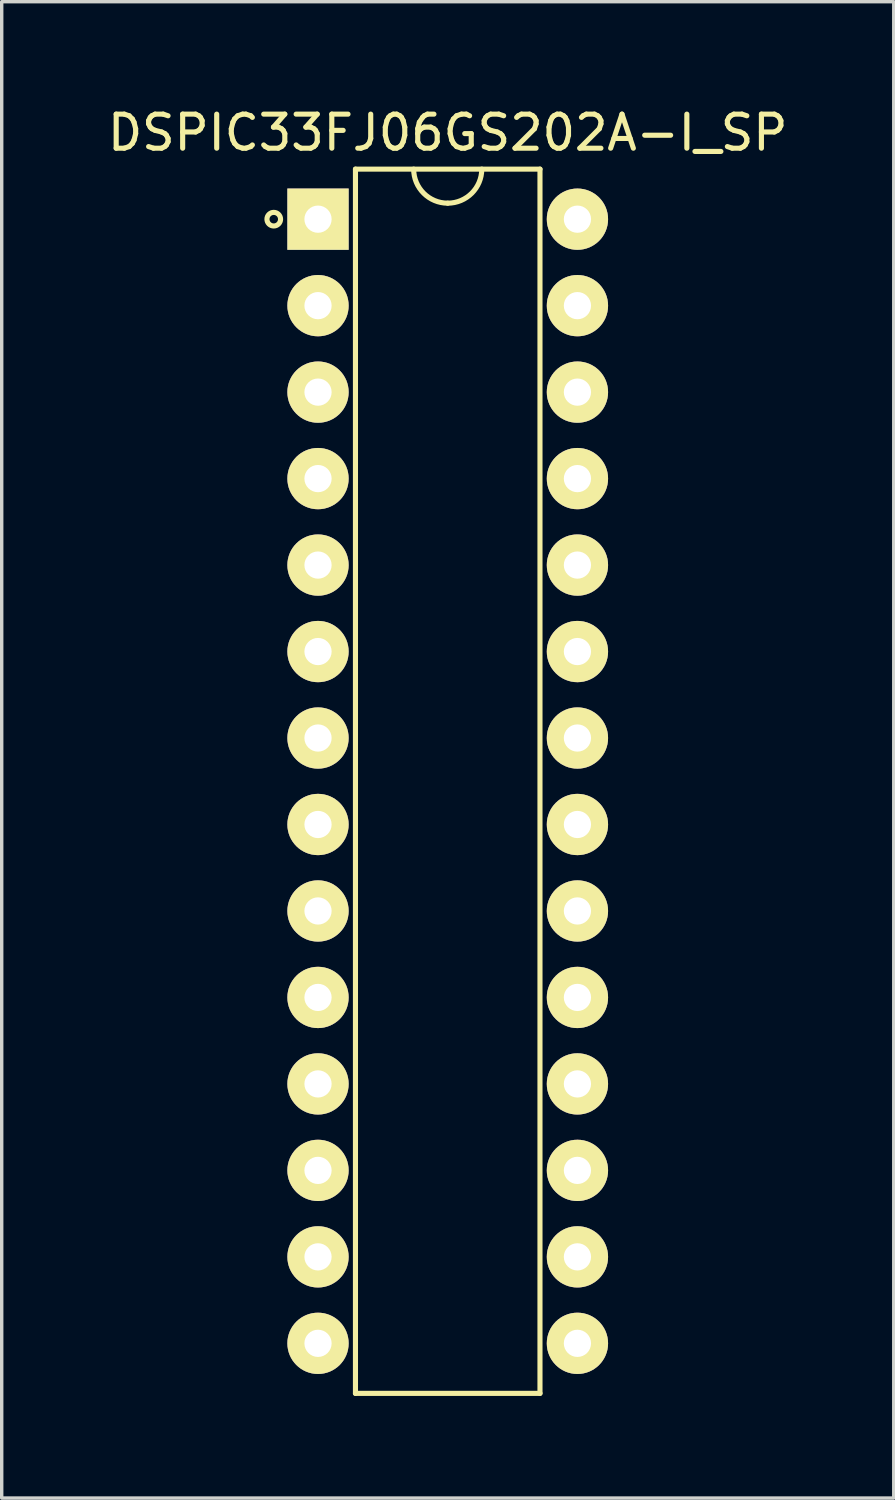
<source format=kicad_pcb>
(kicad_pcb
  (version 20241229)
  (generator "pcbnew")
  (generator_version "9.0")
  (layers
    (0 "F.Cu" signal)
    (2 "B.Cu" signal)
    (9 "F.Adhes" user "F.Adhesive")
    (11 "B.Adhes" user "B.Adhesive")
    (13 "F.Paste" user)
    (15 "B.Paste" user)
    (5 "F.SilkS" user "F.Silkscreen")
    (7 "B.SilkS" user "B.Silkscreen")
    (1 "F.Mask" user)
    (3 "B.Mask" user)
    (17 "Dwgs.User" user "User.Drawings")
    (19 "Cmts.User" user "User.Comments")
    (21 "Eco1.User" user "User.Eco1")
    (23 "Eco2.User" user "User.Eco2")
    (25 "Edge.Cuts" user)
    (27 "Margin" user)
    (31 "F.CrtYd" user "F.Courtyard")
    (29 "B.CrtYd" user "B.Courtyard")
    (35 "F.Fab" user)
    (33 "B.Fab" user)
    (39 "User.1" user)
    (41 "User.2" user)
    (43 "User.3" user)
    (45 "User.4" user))
  (footprint "DSPIC33FJ06GS202A-I_SP"
    (layer "F.Cu")
    (at 6.291 3.388)
    (property "Reference" "DSPIC33FJ06GS202A-I_SP" (at 3.81 -2.54 0) (layer "F.SilkS") (effects (font (size 1 1) (thickness 0.15))))
    (attr through_hole)
    (fp_line (start 1.1 -1.47) (end 6.52 -1.47) (stroke (width 0.15) (type solid)) (layer "F.SilkS"))
    (fp_line (start 1.1 34.49) (end 1.1 -1.47) (stroke (width 0.15) (type solid)) (layer "F.SilkS"))
    (fp_line (start 6.52 -1.47) (end 6.52 34.49) (stroke (width 0.15) (type solid)) (layer "F.SilkS"))
    (fp_line (start 6.52 34.49) (end 1.1 34.49) (stroke (width 0.15) (type solid)) (layer "F.SilkS"))
    (fp_arc (start 3.81 -0.47) (mid 3.102893 -0.762893) (end 2.81 -1.47) (stroke (width 0.15) (type solid)) (layer "F.SilkS"))
    (fp_arc (start 4.81 -1.47) (mid 4.517107 -0.762893) (end 3.81 -0.47) (stroke (width 0.15) (type solid)) (layer "F.SilkS"))
    (fp_circle (center -1.3 0) (end -1.3 0.2) (stroke (width 0.15) (type solid)) (fill no) (layer "F.SilkS"))
    (pad "1" thru_hole rect (at 0 0) (size 1.8 1.8) (drill 0.8) (layers "*.Cu" "*.Mask" "F.SilkS"))
    (pad "2" thru_hole circle (at 0 2.54) (size 1.8 1.8) (drill 0.8) (layers "*.Cu" "*.Mask" "F.SilkS"))
    (pad "3" thru_hole circle (at 0 5.08) (size 1.8 1.8) (drill 0.8) (layers "*.Cu" "*.Mask" "F.SilkS"))
    (pad "4" thru_hole circle (at 0 7.62) (size 1.8 1.8) (drill 0.8) (layers "*.Cu" "*.Mask" "F.SilkS"))
    (pad "5" thru_hole circle (at 0 10.16) (size 1.8 1.8) (drill 0.8) (layers "*.Cu" "*.Mask" "F.SilkS"))
    (pad "6" thru_hole circle (at 0 12.7) (size 1.8 1.8) (drill 0.8) (layers "*.Cu" "*.Mask" "F.SilkS"))
    (pad "7" thru_hole circle (at 0 15.24) (size 1.8 1.8) (drill 0.8) (layers "*.Cu" "*.Mask" "F.SilkS"))
    (pad "8" thru_hole circle (at 0 17.78) (size 1.8 1.8) (drill 0.8) (layers "*.Cu" "*.Mask" "F.SilkS"))
    (pad "9" thru_hole circle (at 0 20.32) (size 1.8 1.8) (drill 0.8) (layers "*.Cu" "*.Mask" "F.SilkS"))
    (pad "10" thru_hole circle (at 0 22.86) (size 1.8 1.8) (drill 0.8) (layers "*.Cu" "*.Mask" "F.SilkS"))
    (pad "11" thru_hole circle (at 0 25.4) (size 1.8 1.8) (drill 0.8) (layers "*.Cu" "*.Mask" "F.SilkS"))
    (pad "12" thru_hole circle (at 0 27.94) (size 1.8 1.8) (drill 0.8) (layers "*.Cu" "*.Mask" "F.SilkS"))
    (pad "13" thru_hole circle (at 0 30.48) (size 1.8 1.8) (drill 0.8) (layers "*.Cu" "*.Mask" "F.SilkS"))
    (pad "14" thru_hole circle (at 0 33.02) (size 1.8 1.8) (drill 0.8) (layers "*.Cu" "*.Mask" "F.SilkS"))
    (pad "15" thru_hole circle (at 7.62 33.02) (size 1.8 1.8) (drill 0.8) (layers "*.Cu" "*.Mask" "F.SilkS"))
    (pad "16" thru_hole circle (at 7.62 30.48) (size 1.8 1.8) (drill 0.8) (layers "*.Cu" "*.Mask" "F.SilkS"))
    (pad "17" thru_hole circle (at 7.62 27.94) (size 1.8 1.8) (drill 0.8) (layers "*.Cu" "*.Mask" "F.SilkS"))
    (pad "18" thru_hole circle (at 7.62 25.4) (size 1.8 1.8) (drill 0.8) (layers "*.Cu" "*.Mask" "F.SilkS"))
    (pad "19" thru_hole circle (at 7.62 22.86) (size 1.8 1.8) (drill 0.8) (layers "*.Cu" "*.Mask" "F.SilkS"))
    (pad "20" thru_hole circle (at 7.62 20.32) (size 1.8 1.8) (drill 0.8) (layers "*.Cu" "*.Mask" "F.SilkS"))
    (pad "21" thru_hole circle (at 7.62 17.78) (size 1.8 1.8) (drill 0.8) (layers "*.Cu" "*.Mask" "F.SilkS"))
    (pad "22" thru_hole circle (at 7.62 15.24) (size 1.8 1.8) (drill 0.8) (layers "*.Cu" "*.Mask" "F.SilkS"))
    (pad "23" thru_hole circle (at 7.62 12.7) (size 1.8 1.8) (drill 0.8) (layers "*.Cu" "*.Mask" "F.SilkS"))
    (pad "24" thru_hole circle (at 7.62 10.16) (size 1.8 1.8) (drill 0.8) (layers "*.Cu" "*.Mask" "F.SilkS"))
    (pad "25" thru_hole circle (at 7.62 7.62) (size 1.8 1.8) (drill 0.8) (layers "*.Cu" "*.Mask" "F.SilkS"))
    (pad "26" thru_hole circle (at 7.62 5.08) (size 1.8 1.8) (drill 0.8) (layers "*.Cu" "*.Mask" "F.SilkS"))
    (pad "27" thru_hole circle (at 7.62 2.54) (size 1.8 1.8) (drill 0.8) (layers "*.Cu" "*.Mask" "F.SilkS"))
    (pad "28" thru_hole circle (at 7.62 0) (size 1.8 1.8) (drill 0.8) (layers "*.Cu" "*.Mask" "F.SilkS")))
  (gr_rect
    (start -3 -3)
    (end 23.202 40.953)
    (stroke (width 0.1) (type default))
    (fill no)
    (layer "Edge.Cuts")))
</source>
